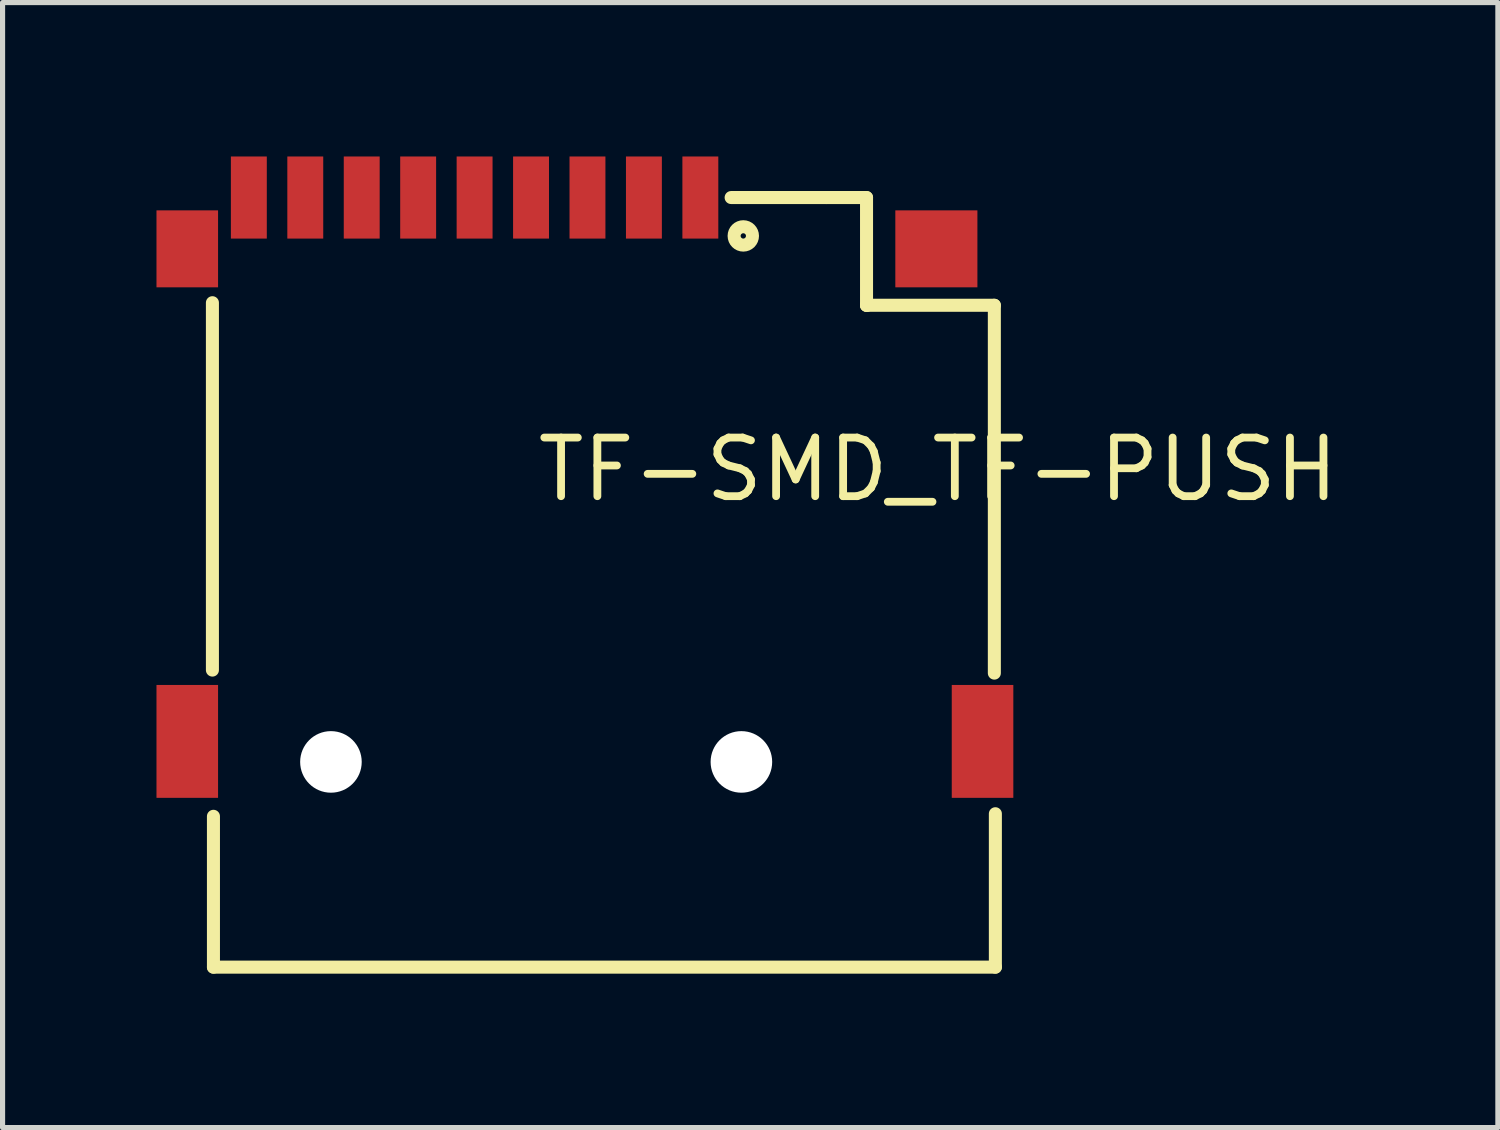
<source format=kicad_pcb>
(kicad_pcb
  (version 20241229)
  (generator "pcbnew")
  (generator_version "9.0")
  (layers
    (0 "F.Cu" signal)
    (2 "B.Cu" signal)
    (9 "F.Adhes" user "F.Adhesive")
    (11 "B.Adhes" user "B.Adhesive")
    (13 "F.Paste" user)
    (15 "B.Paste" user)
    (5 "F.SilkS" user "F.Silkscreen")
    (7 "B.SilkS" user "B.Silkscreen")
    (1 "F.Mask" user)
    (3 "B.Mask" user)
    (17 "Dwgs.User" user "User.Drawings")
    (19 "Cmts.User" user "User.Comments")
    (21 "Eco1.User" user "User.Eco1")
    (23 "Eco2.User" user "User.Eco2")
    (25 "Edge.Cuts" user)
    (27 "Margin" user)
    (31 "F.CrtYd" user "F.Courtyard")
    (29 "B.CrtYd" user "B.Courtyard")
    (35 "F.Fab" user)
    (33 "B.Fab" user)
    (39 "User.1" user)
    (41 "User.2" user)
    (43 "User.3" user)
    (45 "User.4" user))
  (footprint "TF-SMD_TF-PUSH"
    (layer "F.Cu")
    (at 8.35 6.1)
    (property "Reference" "TF-SMD_TF-PUSH" (at -1 0 0) (layer "F.SilkS") (effects (font (size 1.143 1.143) (thickness 0.152)) (justify left)))
    (attr smd)
    (fp_line (start -7.26 -3.25) (end -7.26 3.91) (stroke (width 0.254) (type solid)) (layer "F.SilkS"))
    (fp_line (start -7.24 9.7) (end -7.24 6.76) (stroke (width 0.254) (type solid)) (layer "F.SilkS"))
    (fp_line (start -7.24 9.7) (end 8 9.7) (stroke (width 0.254) (type solid)) (layer "F.SilkS"))
    (fp_line (start 4.702 -5.3) (end 2.85 -5.3) (stroke (width 0.254) (type solid)) (layer "F.SilkS"))
    (fp_line (start 4.702 -5.3) (end 5.489 -5.3) (stroke (width 0.254) (type solid)) (layer "F.SilkS"))
    (fp_line (start 5.489 -5.3) (end 5.489 -3.199) (stroke (width 0.254) (type solid)) (layer "F.SilkS"))
    (fp_line (start 5.489 -3.199) (end 5.5 -3.2) (stroke (width 0.254) (type solid)) (layer "F.SilkS"))
    (fp_line (start 7.98 -3.2) (end 5.49 -3.2) (stroke (width 0.254) (type solid)) (layer "F.SilkS"))
    (fp_line (start 7.98 3.969) (end 7.98 -3.2) (stroke (width 0.254) (type solid)) (layer "F.SilkS"))
    (fp_line (start 8 9.7) (end 8 6.71) (stroke (width 0.254) (type solid)) (layer "F.SilkS"))
    (fp_circle (center 3.087 -4.552) (end 3.139 -4.552) (stroke (width 0.254) (type solid)) (fill no) (layer "F.SilkS"))
    (fp_circle (center -4.95 5.7) (end -4.75 5.7) (stroke (width 0.4) (type solid)) (fill no) (layer "Cmts.User"))
    (fp_circle (center 3.05 5.7) (end 3.25 5.7) (stroke (width 0.4) (type solid)) (fill no) (layer "Cmts.User"))
    (pad "" np_thru_hole circle (at -4.95 5.7) (size 1.2 1.2) (drill 1.2) (layers "*.Cu" "*.Mask"))
    (pad "" np_thru_hole circle (at 3.05 5.7) (size 1.2 1.2) (drill 1.2) (layers "*.Cu" "*.Mask"))
    (pad "P1" smd rect (at 2.25 -5.3) (size 0.7 1.6) (layers "F.Cu" "F.Mask" "F.Paste"))
    (pad "P2" smd rect (at 1.15 -5.3) (size 0.7 1.6) (layers "F.Cu" "F.Mask" "F.Paste"))
    (pad "P3" smd rect (at 0.05 -5.3) (size 0.7 1.6) (layers "F.Cu" "F.Mask" "F.Paste"))
    (pad "P4" smd rect (at -1.05 -5.3) (size 0.7 1.6) (layers "F.Cu" "F.Mask" "F.Paste"))
    (pad "P5" smd rect (at -2.15 -5.3) (size 0.7 1.6) (layers "F.Cu" "F.Mask" "F.Paste"))
    (pad "P6" smd rect (at -3.25 -5.3) (size 0.7 1.6) (layers "F.Cu" "F.Mask" "F.Paste"))
    (pad "P7" smd rect (at -4.35 -5.3) (size 0.7 1.6) (layers "F.Cu" "F.Mask" "F.Paste"))
    (pad "P8" smd rect (at -5.45 -5.3) (size 0.7 1.6) (layers "F.Cu" "F.Mask" "F.Paste"))
    (pad "P9" smd rect (at -6.55 -5.3) (size 0.7 1.6) (layers "F.Cu" "F.Mask" "F.Paste"))
    (pad "SH1" smd rect (at -7.75 5.3) (size 1.2 2.2) (layers "F.Cu" "F.Mask" "F.Paste"))
    (pad "SH2" smd rect (at -7.75 -4.3) (size 1.2 1.5) (layers "F.Cu" "F.Mask" "F.Paste"))
    (pad "SH3" smd rect (at 6.85 -4.3) (size 1.6 1.5) (layers "F.Cu" "F.Mask" "F.Paste"))
    (pad "SH4" smd rect (at 7.75 5.3) (size 1.2 2.2) (layers "F.Cu" "F.Mask" "F.Paste")))
  (gr_rect
    (start -3 -3)
    (end 26.144 18.927)
    (stroke (width 0.1) (type default))
    (fill no)
    (layer "Edge.Cuts")))
</source>
